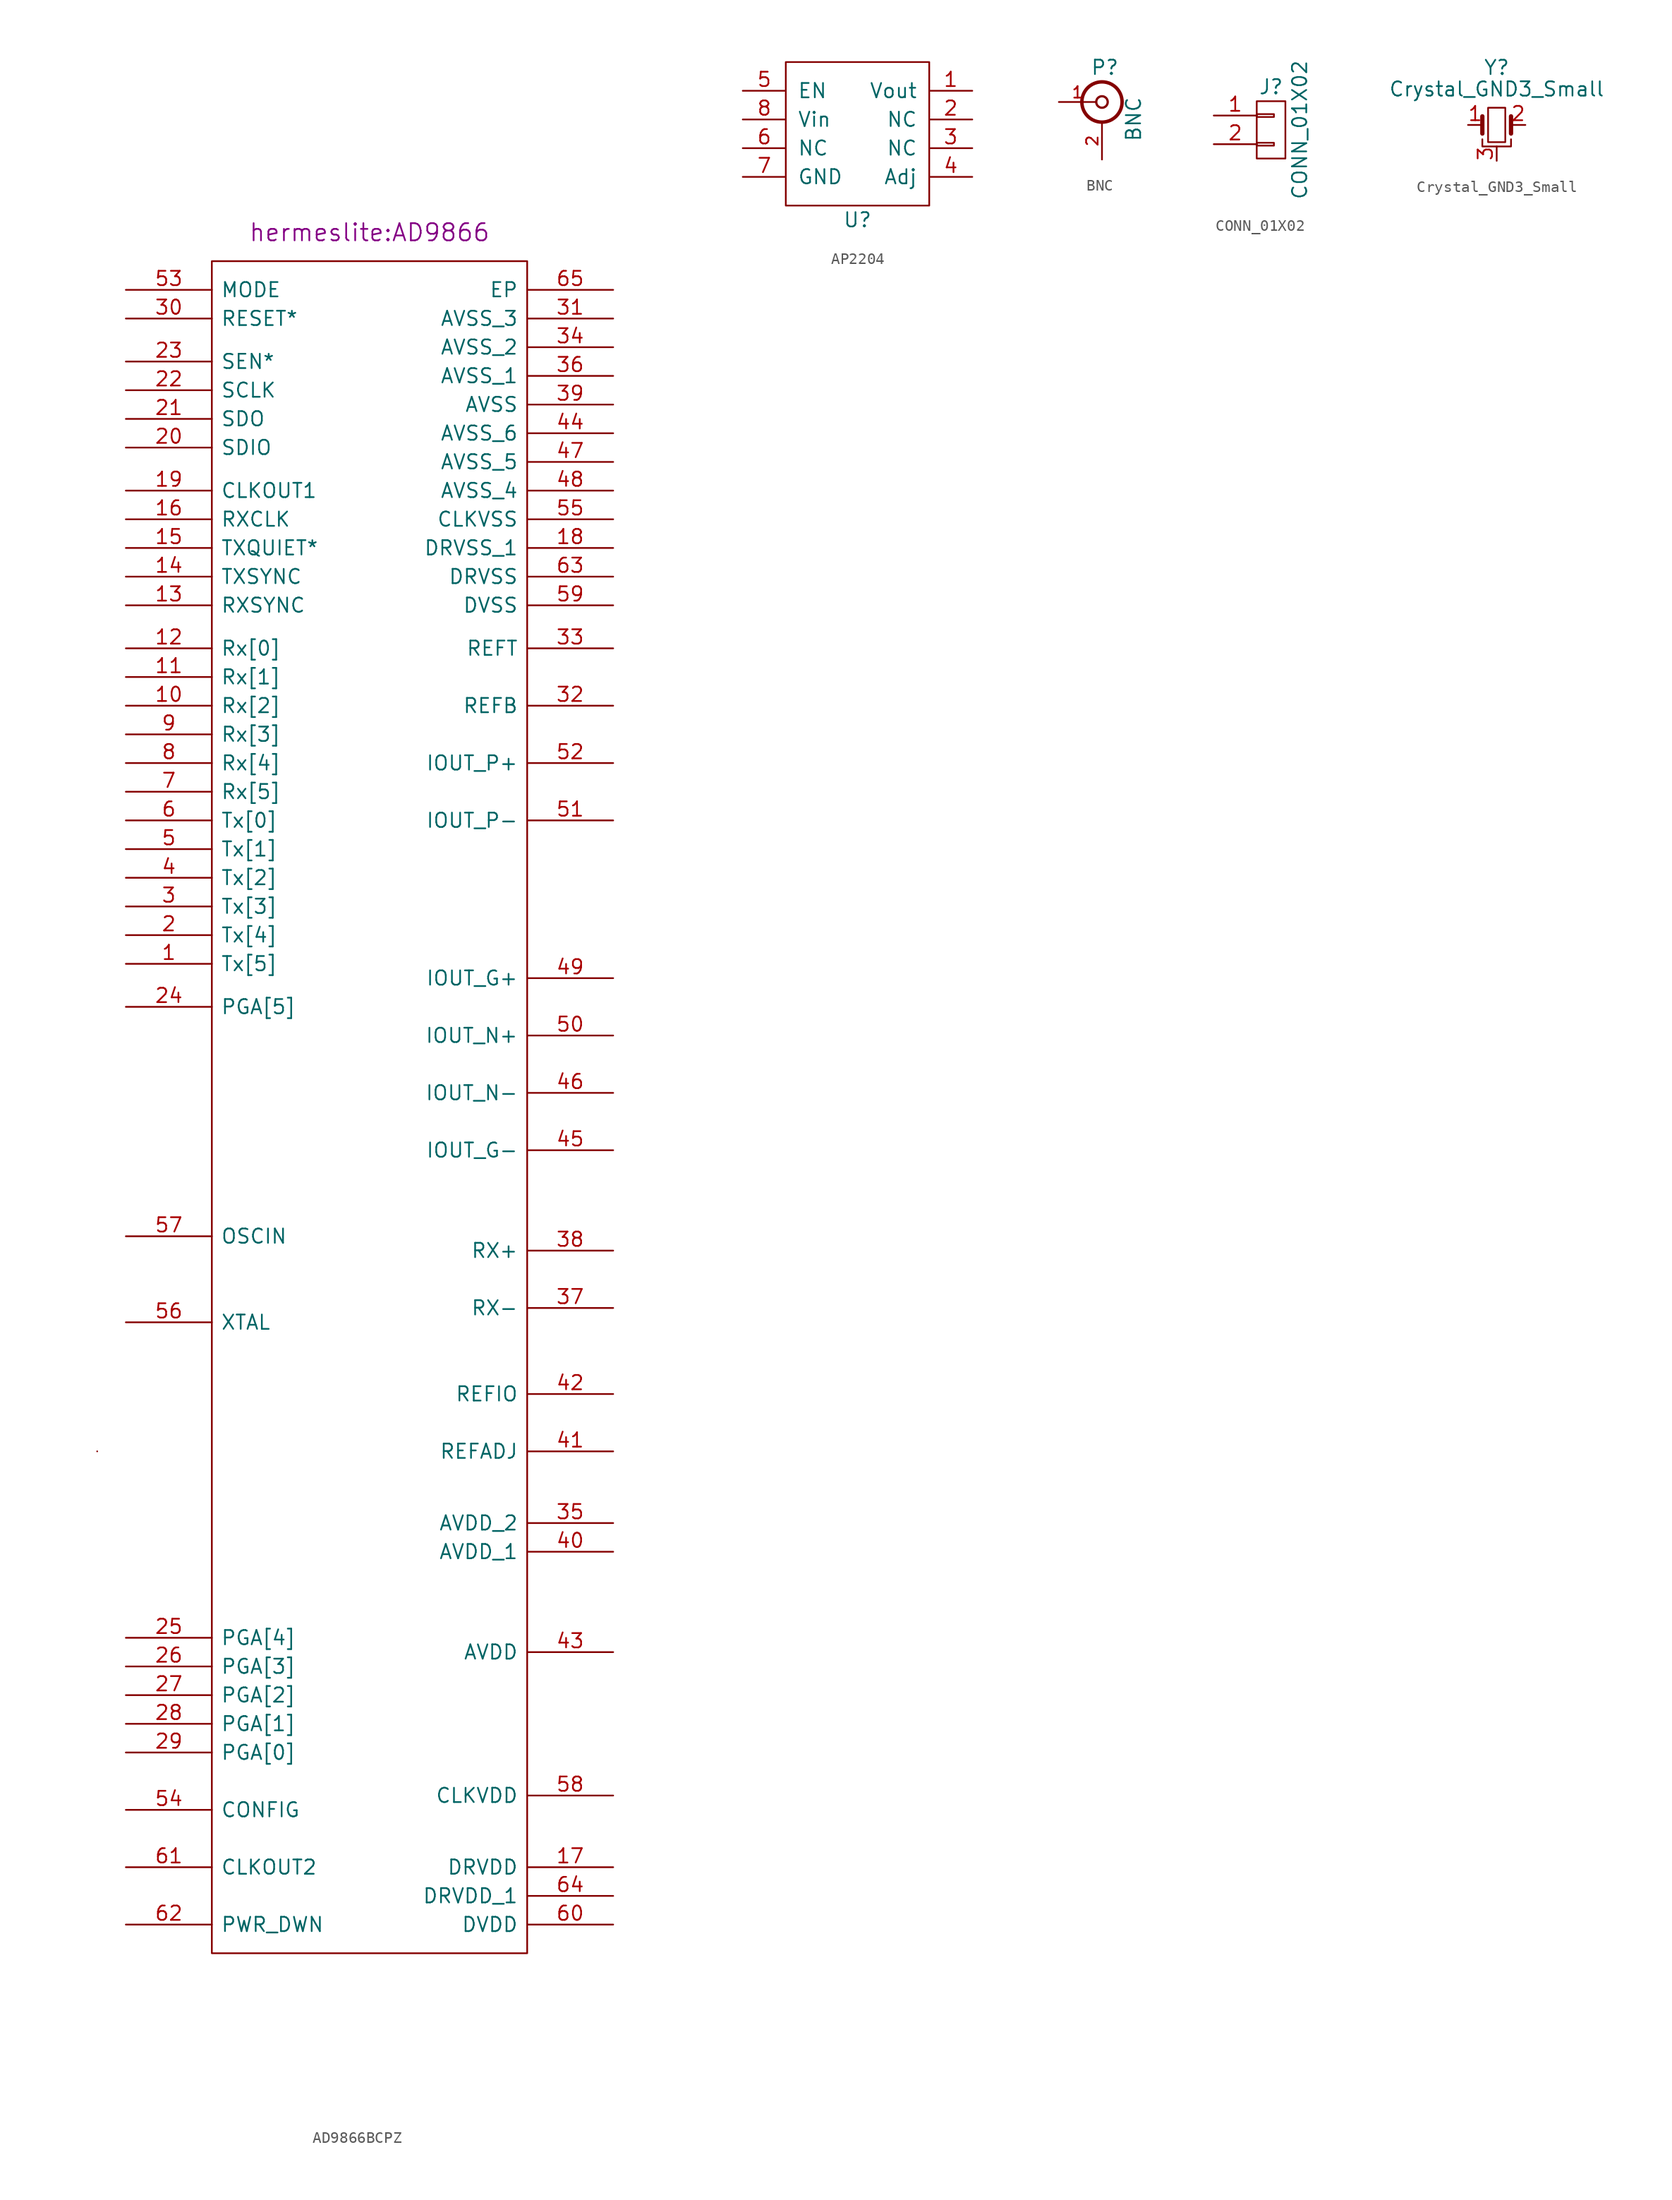
<source format=kicad_sym>
(kicad_symbol_lib
  (version 20210619)
  (generator kicad_symbol_editor)
  (symbol "hermeslite:AD9866BCPZ"
    (pin_names
      (offset 0.762))
    (property "Reference" "U101"
      (at 29.413 3.632 0)
      (effects (font (size 0 0))))
    (property "Value" "AD9866BCPZ"
      (at 29.413 3.378 0)
      (effects (font (size 0 0))))
    (property "Footprint" "hermeslite:AD9866"
      (at 30.48 5.08 0)
      (effects (font (size 1.524 1.524))))
    (property "Datasheet" ""
      (at 7.62 0 0)
      (effects (font (size 1.524 1.524))))
    (symbol "AD9866BCPZ_0_1"
      (rectangle (start 6.35 -102.87) (end 6.35 -102.87) (stroke (width 0)) (fill (type none)))
      (rectangle (start 44.45 -147.32) (end 16.51 2.54) (stroke (width 0)) (fill (type none))))
    (symbol "AD9866BCPZ_1_1"
      (pin input line (at 8.89 -59.69 0) (length 7.62) (name "Tx[5]" (effects (font (size 1.27 1.27)))) (number "1" (effects (font (size 1.27 1.27)))))
      (pin output line (at 8.89 -36.83 0) (length 7.62) (name "Rx[2]" (effects (font (size 1.27 1.27)))) (number "10" (effects (font (size 1.27 1.27)))))
      (pin output line (at 8.89 -34.29 0) (length 7.62) (name "Rx[1]" (effects (font (size 1.27 1.27)))) (number "11" (effects (font (size 1.27 1.27)))))
      (pin output line (at 8.89 -31.75 0) (length 7.62) (name "Rx[0]" (effects (font (size 1.27 1.27)))) (number "12" (effects (font (size 1.27 1.27)))))
      (pin output line (at 8.89 -27.94 0) (length 7.62) (name "RXSYNC" (effects (font (size 1.27 1.27)))) (number "13" (effects (font (size 1.27 1.27)))))
      (pin input line (at 8.89 -25.4 0) (length 7.62) (name "TXSYNC" (effects (font (size 1.27 1.27)))) (number "14" (effects (font (size 1.27 1.27)))))
      (pin input line (at 8.89 -22.86 0) (length 7.62) (name "TXQUIET*" (effects (font (size 1.27 1.27)))) (number "15" (effects (font (size 1.27 1.27)))))
      (pin input line (at 8.89 -20.32 0) (length 7.62) (name "RXCLK" (effects (font (size 1.27 1.27)))) (number "16" (effects (font (size 1.27 1.27)))))
      (pin power_in line (at 52.07 -139.7 180) (length 7.62) (name "DRVDD" (effects (font (size 1.27 1.27)))) (number "17" (effects (font (size 1.27 1.27)))))
      (pin unspecified line (at 52.07 -22.86 180) (length 7.62) (name "DRVSS_1" (effects (font (size 1.27 1.27)))) (number "18" (effects (font (size 1.27 1.27)))))
      (pin output line (at 8.89 -17.78 0) (length 7.62) (name "CLKOUT1" (effects (font (size 1.27 1.27)))) (number "19" (effects (font (size 1.27 1.27)))))
      (pin input line (at 8.89 -57.15 0) (length 7.62) (name "Tx[4]" (effects (font (size 1.27 1.27)))) (number "2" (effects (font (size 1.27 1.27)))))
      (pin unspecified line (at 8.89 -13.97 0) (length 7.62) (name "SDIO" (effects (font (size 1.27 1.27)))) (number "20" (effects (font (size 1.27 1.27)))))
      (pin unspecified line (at 8.89 -11.43 0) (length 7.62) (name "SDO" (effects (font (size 1.27 1.27)))) (number "21" (effects (font (size 1.27 1.27)))))
      (pin unspecified line (at 8.89 -8.89 0) (length 7.62) (name "SCLK" (effects (font (size 1.27 1.27)))) (number "22" (effects (font (size 1.27 1.27)))))
      (pin unspecified line (at 8.89 -6.35 0) (length 7.62) (name "SEN*" (effects (font (size 1.27 1.27)))) (number "23" (effects (font (size 1.27 1.27)))))
      (pin input line (at 8.89 -63.5 0) (length 7.62) (name "PGA[5]" (effects (font (size 1.27 1.27)))) (number "24" (effects (font (size 1.27 1.27)))))
      (pin input line (at 8.89 -119.38 0) (length 7.62) (name "PGA[4]" (effects (font (size 1.27 1.27)))) (number "25" (effects (font (size 1.27 1.27)))))
      (pin input line (at 8.89 -121.92 0) (length 7.62) (name "PGA[3]" (effects (font (size 1.27 1.27)))) (number "26" (effects (font (size 1.27 1.27)))))
      (pin input line (at 8.89 -124.46 0) (length 7.62) (name "PGA[2]" (effects (font (size 1.27 1.27)))) (number "27" (effects (font (size 1.27 1.27)))))
      (pin input line (at 8.89 -127 0) (length 7.62) (name "PGA[1]" (effects (font (size 1.27 1.27)))) (number "28" (effects (font (size 1.27 1.27)))))
      (pin input line (at 8.89 -129.54 0) (length 7.62) (name "PGA[0]" (effects (font (size 1.27 1.27)))) (number "29" (effects (font (size 1.27 1.27)))))
      (pin input line (at 8.89 -54.61 0) (length 7.62) (name "Tx[3]" (effects (font (size 1.27 1.27)))) (number "3" (effects (font (size 1.27 1.27)))))
      (pin unspecified line (at 8.89 -2.54 0) (length 7.62) (name "RESET*" (effects (font (size 1.27 1.27)))) (number "30" (effects (font (size 1.27 1.27)))))
      (pin unspecified line (at 52.07 -2.54 180) (length 7.62) (name "AVSS_3" (effects (font (size 1.27 1.27)))) (number "31" (effects (font (size 1.27 1.27)))))
      (pin unspecified line (at 52.07 -36.83 180) (length 7.62) (name "REFB" (effects (font (size 1.27 1.27)))) (number "32" (effects (font (size 1.27 1.27)))))
      (pin unspecified line (at 52.07 -31.75 180) (length 7.62) (name "REFT" (effects (font (size 1.27 1.27)))) (number "33" (effects (font (size 1.27 1.27)))))
      (pin unspecified line (at 52.07 -5.08 180) (length 7.62) (name "AVSS_2" (effects (font (size 1.27 1.27)))) (number "34" (effects (font (size 1.27 1.27)))))
      (pin power_in line (at 52.07 -109.22 180) (length 7.62) (name "AVDD_2" (effects (font (size 1.27 1.27)))) (number "35" (effects (font (size 1.27 1.27)))))
      (pin unspecified line (at 52.07 -7.62 180) (length 7.62) (name "AVSS_1" (effects (font (size 1.27 1.27)))) (number "36" (effects (font (size 1.27 1.27)))))
      (pin unspecified line (at 52.07 -90.17 180) (length 7.62) (name "RX-" (effects (font (size 1.27 1.27)))) (number "37" (effects (font (size 1.27 1.27)))))
      (pin unspecified line (at 52.07 -85.09 180) (length 7.62) (name "RX+" (effects (font (size 1.27 1.27)))) (number "38" (effects (font (size 1.27 1.27)))))
      (pin unspecified line (at 52.07 -10.16 180) (length 7.62) (name "AVSS" (effects (font (size 1.27 1.27)))) (number "39" (effects (font (size 1.27 1.27)))))
      (pin input line (at 8.89 -52.07 0) (length 7.62) (name "Tx[2]" (effects (font (size 1.27 1.27)))) (number "4" (effects (font (size 1.27 1.27)))))
      (pin power_in line (at 52.07 -111.76 180) (length 7.62) (name "AVDD_1" (effects (font (size 1.27 1.27)))) (number "40" (effects (font (size 1.27 1.27)))))
      (pin unspecified line (at 52.07 -102.87 180) (length 7.62) (name "REFADJ" (effects (font (size 1.27 1.27)))) (number "41" (effects (font (size 1.27 1.27)))))
      (pin unspecified line (at 52.07 -97.79 180) (length 7.62) (name "REFIO" (effects (font (size 1.27 1.27)))) (number "42" (effects (font (size 1.27 1.27)))))
      (pin power_in line (at 52.07 -120.65 180) (length 7.62) (name "AVDD" (effects (font (size 1.27 1.27)))) (number "43" (effects (font (size 1.27 1.27)))))
      (pin unspecified line (at 52.07 -12.7 180) (length 7.62) (name "AVSS_6" (effects (font (size 1.27 1.27)))) (number "44" (effects (font (size 1.27 1.27)))))
      (pin unspecified line (at 52.07 -76.2 180) (length 7.62) (name "IOUT_G-" (effects (font (size 1.27 1.27)))) (number "45" (effects (font (size 1.27 1.27)))))
      (pin unspecified line (at 52.07 -71.12 180) (length 7.62) (name "IOUT_N-" (effects (font (size 1.27 1.27)))) (number "46" (effects (font (size 1.27 1.27)))))
      (pin unspecified line (at 52.07 -15.24 180) (length 7.62) (name "AVSS_5" (effects (font (size 1.27 1.27)))) (number "47" (effects (font (size 1.27 1.27)))))
      (pin unspecified line (at 52.07 -17.78 180) (length 7.62) (name "AVSS_4" (effects (font (size 1.27 1.27)))) (number "48" (effects (font (size 1.27 1.27)))))
      (pin unspecified line (at 52.07 -60.96 180) (length 7.62) (name "IOUT_G+" (effects (font (size 1.27 1.27)))) (number "49" (effects (font (size 1.27 1.27)))))
      (pin input line (at 8.89 -49.53 0) (length 7.62) (name "Tx[1]" (effects (font (size 1.27 1.27)))) (number "5" (effects (font (size 1.27 1.27)))))
      (pin unspecified line (at 52.07 -66.04 180) (length 7.62) (name "IOUT_N+" (effects (font (size 1.27 1.27)))) (number "50" (effects (font (size 1.27 1.27)))))
      (pin unspecified line (at 52.07 -46.99 180) (length 7.62) (name "IOUT_P-" (effects (font (size 1.27 1.27)))) (number "51" (effects (font (size 1.27 1.27)))))
      (pin unspecified line (at 52.07 -41.91 180) (length 7.62) (name "IOUT_P+" (effects (font (size 1.27 1.27)))) (number "52" (effects (font (size 1.27 1.27)))))
      (pin unspecified line (at 8.89 0 0) (length 7.62) (name "MODE" (effects (font (size 1.27 1.27)))) (number "53" (effects (font (size 1.27 1.27)))))
      (pin unspecified line (at 8.89 -134.62 0) (length 7.62) (name "CONFIG" (effects (font (size 1.27 1.27)))) (number "54" (effects (font (size 1.27 1.27)))))
      (pin unspecified line (at 52.07 -20.32 180) (length 7.62) (name "CLKVSS" (effects (font (size 1.27 1.27)))) (number "55" (effects (font (size 1.27 1.27)))))
      (pin unspecified line (at 8.89 -91.44 0) (length 7.62) (name "XTAL" (effects (font (size 1.27 1.27)))) (number "56" (effects (font (size 1.27 1.27)))))
      (pin unspecified line (at 8.89 -83.82 0) (length 7.62) (name "OSCIN" (effects (font (size 1.27 1.27)))) (number "57" (effects (font (size 1.27 1.27)))))
      (pin power_in line (at 52.07 -133.35 180) (length 7.62) (name "CLKVDD" (effects (font (size 1.27 1.27)))) (number "58" (effects (font (size 1.27 1.27)))))
      (pin unspecified line (at 52.07 -27.94 180) (length 7.62) (name "DVSS" (effects (font (size 1.27 1.27)))) (number "59" (effects (font (size 1.27 1.27)))))
      (pin input line (at 8.89 -46.99 0) (length 7.62) (name "Tx[0]" (effects (font (size 1.27 1.27)))) (number "6" (effects (font (size 1.27 1.27)))))
      (pin power_in line (at 52.07 -144.78 180) (length 7.62) (name "DVDD" (effects (font (size 1.27 1.27)))) (number "60" (effects (font (size 1.27 1.27)))))
      (pin unspecified line (at 8.89 -139.7 0) (length 7.62) (name "CLKOUT2" (effects (font (size 1.27 1.27)))) (number "61" (effects (font (size 1.27 1.27)))))
      (pin unspecified line (at 8.89 -144.78 0) (length 7.62) (name "PWR_DWN" (effects (font (size 1.27 1.27)))) (number "62" (effects (font (size 1.27 1.27)))))
      (pin unspecified line (at 52.07 -25.4 180) (length 7.62) (name "DRVSS" (effects (font (size 1.27 1.27)))) (number "63" (effects (font (size 1.27 1.27)))))
      (pin power_in line (at 52.07 -142.24 180) (length 7.62) (name "DRVDD_1" (effects (font (size 1.27 1.27)))) (number "64" (effects (font (size 1.27 1.27)))))
      (pin power_in line (at 52.07 0 180) (length 7.62) (name "EP" (effects (font (size 1.27 1.27)))) (number "65" (effects (font (size 1.27 1.27)))))
      (pin output line (at 8.89 -44.45 0) (length 7.62) (name "Rx[5]" (effects (font (size 1.27 1.27)))) (number "7" (effects (font (size 1.27 1.27)))))
      (pin output line (at 8.89 -41.91 0) (length 7.62) (name "Rx[4]" (effects (font (size 1.27 1.27)))) (number "8" (effects (font (size 1.27 1.27)))))
      (pin output line (at 8.89 -39.37 0) (length 7.62) (name "Rx[3]" (effects (font (size 1.27 1.27)))) (number "9" (effects (font (size 1.27 1.27)))))))
  (symbol "hermeslite:AP2204"
    (pin_names
      (offset 1.016))
    (property "Reference" "U"
      (at 0 -7.62 0)
      (effects (font (size 1.27 1.27))))
    (symbol "AP2204_0_1"
      (rectangle (start -6.35 6.35) (end 6.35 -6.35) (stroke (width 0)) (fill (type none))))
    (symbol "AP2204_1_1"
      (pin power_out line (at 10.16 3.81 180) (length 3.81) (name "Vout" (effects (font (size 1.27 1.27)))) (number "1" (effects (font (size 1.27 1.27)))))
      (pin input line (at 10.16 1.27 180) (length 3.81) (name "NC" (effects (font (size 1.27 1.27)))) (number "2" (effects (font (size 1.27 1.27)))))
      (pin input line (at 10.16 -1.27 180) (length 3.81) (name "NC" (effects (font (size 1.27 1.27)))) (number "3" (effects (font (size 1.27 1.27)))))
      (pin input line (at 10.16 -3.81 180) (length 3.81) (name "Adj" (effects (font (size 1.27 1.27)))) (number "4" (effects (font (size 1.27 1.27)))))
      (pin input line (at -10.16 3.81 0) (length 3.81) (name "EN" (effects (font (size 1.27 1.27)))) (number "5" (effects (font (size 1.27 1.27)))))
      (pin input line (at -10.16 -1.27 0) (length 3.81) (name "NC" (effects (font (size 1.27 1.27)))) (number "6" (effects (font (size 1.27 1.27)))))
      (pin power_in line (at -10.16 -3.81 0) (length 3.81) (name "GND" (effects (font (size 1.27 1.27)))) (number "7" (effects (font (size 1.27 1.27)))))
      (pin power_in line (at -10.16 1.27 0) (length 3.81) (name "Vin" (effects (font (size 1.27 1.27)))) (number "8" (effects (font (size 1.27 1.27)))))))
  (symbol "hermeslite:BNC"
    (pin_names
      (offset 1.016) hide)
    (property "Reference" "P"
      (at 0.254 3.048 0)
      (effects (font (size 1.27 1.27))))
    (property "Value" "BNC"
      (at 2.794 -1.524 90)
      (effects (font (size 1.27 1.27))))
    (property "Footprint" ""
      (at 0 0 0)
      (effects (font (size 1.27 1.27))))
    (property "Datasheet" ""
      (at 0 0 0)
      (effects (font (size 1.27 1.27))))
    (symbol "BNC_0_1"
      (circle (center 0 0) (radius 0.508) (stroke (width 0.203)) (fill (type none)))
      (circle (center 0 0) (radius 1.778) (stroke (width 0.305)) (fill (type none))))
    (symbol "BNC_1_1"
      (pin passive line (at -3.81 0 0) (length 3.302) (name "In" (effects (font (size 1.016 1.016)))) (number "1" (effects (font (size 1.016 1.016)))))
      (pin passive line (at 0 -5.08 90) (length 3.302) (name "Ext" (effects (font (size 1.016 1.016)))) (number "2" (effects (font (size 1.016 1.016)))))))
  (symbol "hermeslite:CONN_01X02"
    (pin_names
      (offset 1.016) hide)
    (property "Reference" "J"
      (at 0 3.81 0)
      (effects (font (size 1.27 1.27))))
    (property "Value" "CONN_01X02"
      (at 2.54 0 90)
      (effects (font (size 1.27 1.27))))
    (symbol "CONN_01X02_0_1"
      (rectangle (start -1.27 -1.143) (end 0.254 -1.397) (stroke (width 0)) (fill (type none)))
      (rectangle (start -1.27 1.397) (end 0.254 1.143) (stroke (width 0)) (fill (type none)))
      (rectangle (start -1.27 2.54) (end 1.27 -2.54) (stroke (width 0)) (fill (type none))))
    (symbol "CONN_01X02_1_1"
      (pin passive line (at -5.08 1.27 0) (length 3.81) (name "P1" (effects (font (size 1.27 1.27)))) (number "1" (effects (font (size 1.27 1.27)))))
      (pin passive line (at -5.08 -1.27 0) (length 3.81) (name "P2" (effects (font (size 1.27 1.27)))) (number "2" (effects (font (size 1.27 1.27)))))))
  (symbol "hermeslite:Crystal_GND3_Small"
    (pin_names
      (offset 1.016) hide)
    (property "Reference" "Y"
      (at 0 5.08 0)
      (effects (font (size 1.27 1.27))))
    (property "Value" "Crystal_GND3_Small"
      (at 0 3.175 0)
      (effects (font (size 1.27 1.27))))
    (symbol "Crystal_GND3_Small_0_1"
      (rectangle (start -0.762 -1.524) (end 0.762 1.524) (stroke (width 0)) (fill (type none)))
      (polyline (pts (xy -1.27 -0.762) (xy -1.27 0.762)) (stroke (width 0.381)) (fill (type none)))
      (polyline (pts (xy 1.27 -0.762) (xy 1.27 0.762)) (stroke (width 0.381)) (fill (type none)))
      (polyline (pts (xy -1.27 -1.27) (xy -1.27 -1.905) (xy 1.27 -1.905) (xy 1.27 -1.27)) (stroke (width 0)) (fill (type none))))
    (symbol "Crystal_GND3_Small_1_1"
      (pin passive line (at -2.54 0 0) (length 1.27) (name "1" (effects (font (size 1.27 1.27)))) (number "1" (effects (font (size 1.27 1.27)))))
      (pin passive line (at 2.54 0 180) (length 1.27) (name "2" (effects (font (size 1.27 1.27)))) (number "2" (effects (font (size 1.27 1.27)))))
      (pin passive line (at 0 -3.175 90) (length 1.27) (name "3" (effects (font (size 1.27 1.27)))) (number "3" (effects (font (size 1.27 1.27))))))))
</source>
